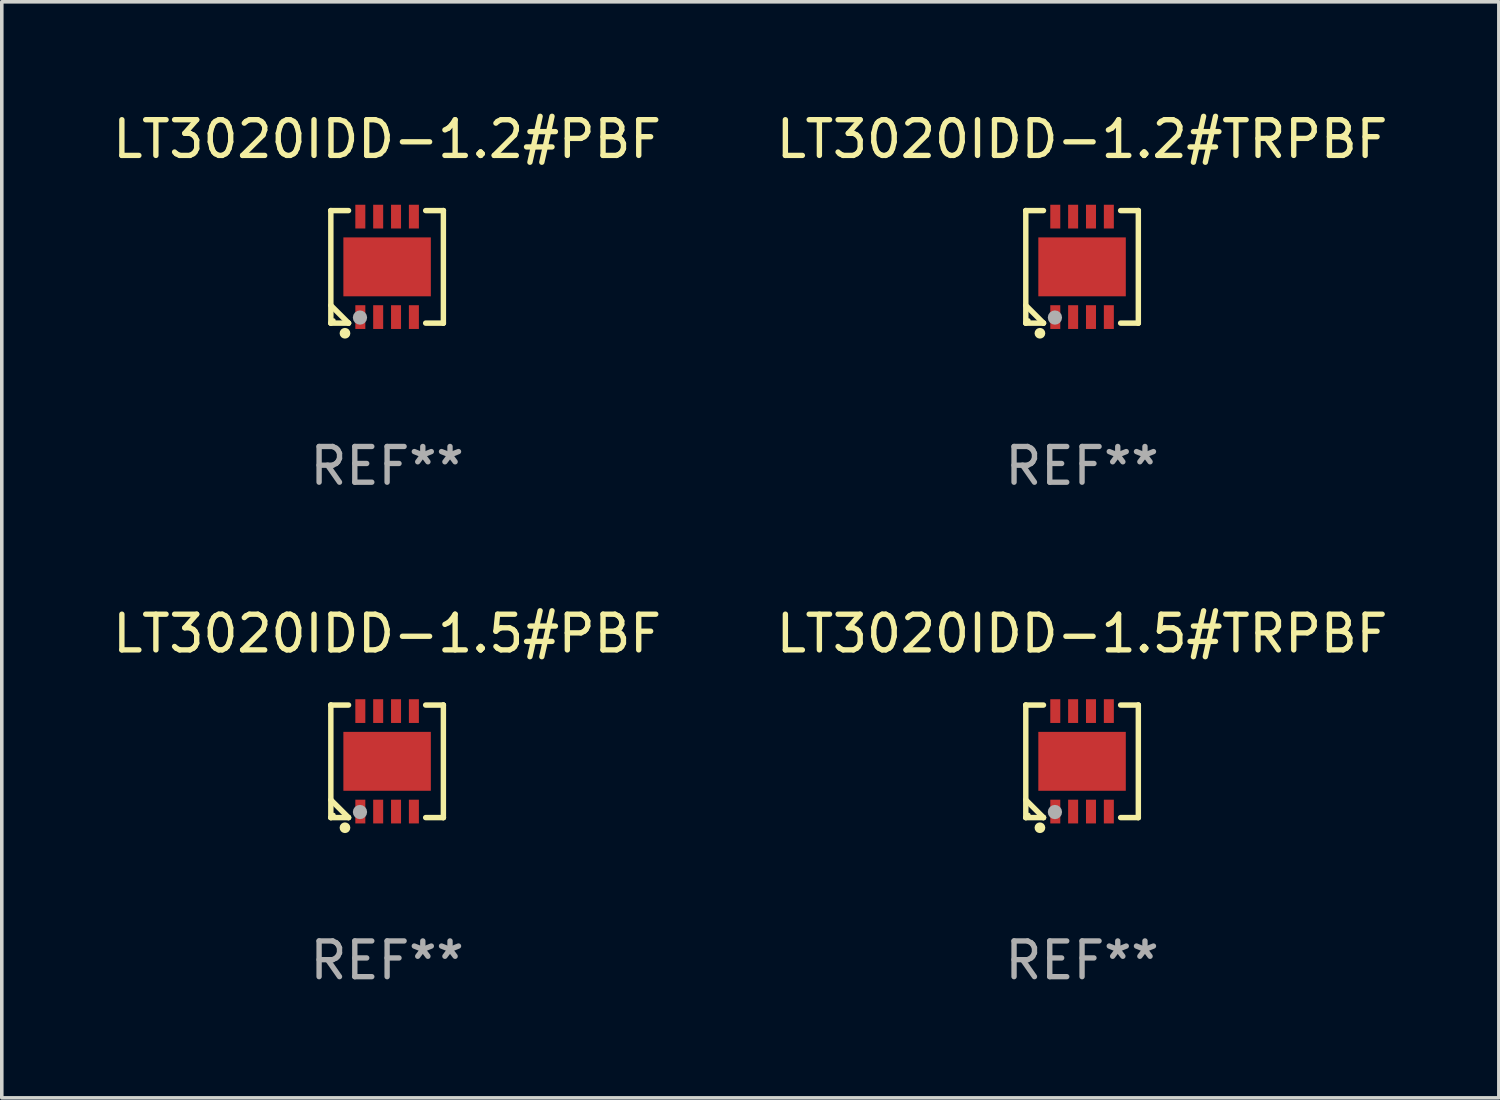
<source format=kicad_pcb>
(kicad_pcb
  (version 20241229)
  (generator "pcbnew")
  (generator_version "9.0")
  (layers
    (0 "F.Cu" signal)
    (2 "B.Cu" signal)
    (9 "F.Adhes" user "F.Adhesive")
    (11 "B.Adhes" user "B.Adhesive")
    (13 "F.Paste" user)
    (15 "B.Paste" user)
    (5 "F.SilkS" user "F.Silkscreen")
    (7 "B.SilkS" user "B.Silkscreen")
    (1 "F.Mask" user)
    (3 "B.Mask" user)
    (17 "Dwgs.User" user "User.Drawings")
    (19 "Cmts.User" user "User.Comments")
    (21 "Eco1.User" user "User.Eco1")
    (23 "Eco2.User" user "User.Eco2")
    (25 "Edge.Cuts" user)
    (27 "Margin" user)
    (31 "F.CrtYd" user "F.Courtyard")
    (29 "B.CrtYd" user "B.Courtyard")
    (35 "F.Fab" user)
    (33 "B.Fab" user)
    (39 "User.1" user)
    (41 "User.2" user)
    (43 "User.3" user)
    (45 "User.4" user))
  (footprint "LT3020IDD-1.2#TRPBF"
    (layer "F.Cu")
    (at 27.256 4.424)
    (property "Reference" "LT3020IDD-1.2#TRPBF" (at 0 -3.576 0) (layer "F.SilkS") (effects (font (size 1 1) (thickness 0.15))))
    (attr through_hole)
    (fp_line (start -1.576 -1.576) (end -1.576 -1.576) (stroke (width 0.152) (type solid)) (layer "F.SilkS"))
    (fp_line (start -1.576 -1.576) (end -1.08 -1.576) (stroke (width 0.152) (type solid)) (layer "F.SilkS"))
    (fp_line (start -1.576 1.576) (end -1.576 -1.576) (stroke (width 0.152) (type solid)) (layer "F.SilkS"))
    (fp_line (start -1.576 1.576) (end -1.576 1.576) (stroke (width 0.152) (type solid)) (layer "F.SilkS"))
    (fp_line (start -1.08 1.575) (end -1.576 1.079) (stroke (width 0.152) (type solid)) (layer "F.SilkS"))
    (fp_line (start -1.08 1.576) (end -1.576 1.576) (stroke (width 0.152) (type solid)) (layer "F.SilkS"))
    (fp_line (start -1.08 1.576) (end -1.08 1.575) (stroke (width 0.152) (type solid)) (layer "F.SilkS"))
    (fp_line (start 1.08 1.576) (end 1.576 1.576) (stroke (width 0.152) (type solid)) (layer "F.SilkS"))
    (fp_line (start 1.576 -1.576) (end 1.08 -1.576) (stroke (width 0.152) (type solid)) (layer "F.SilkS"))
    (fp_line (start 1.576 -1.576) (end 1.576 -1.576) (stroke (width 0.152) (type solid)) (layer "F.SilkS"))
    (fp_line (start 1.576 1.576) (end 1.576 -1.576) (stroke (width 0.152) (type solid)) (layer "F.SilkS"))
    (fp_line (start 1.576 1.576) (end 1.576 1.576) (stroke (width 0.152) (type solid)) (layer "F.SilkS"))
    (fp_circle (center -1.5 1.5) (end -1.47 1.5) (stroke (width 0.06) (type solid)) (fill no) (layer "F.SilkS"))
    (fp_circle (center -1.18 1.86) (end -1.105 1.86) (stroke (width 0.15) (type solid)) (fill no) (layer "F.SilkS"))
    (fp_circle (center -0.76 1.42) (end -0.66 1.42) (stroke (width 0.2) (type solid)) (fill no) (layer "F.Fab"))
    (fp_text user "REF**" (at 0 5.576 0) (layer "F.Fab") (effects (font (size 1 1) (thickness 0.15))))
    (pad "1" smd rect (at -0.75 1.407) (size 0.28 0.665) (layers "F.Cu" "F.Mask" "F.Paste"))
    (pad "2" smd rect (at -0.25 1.407) (size 0.28 0.665) (layers "F.Cu" "F.Mask" "F.Paste"))
    (pad "3" smd rect (at 0.25 1.407) (size 0.28 0.665) (layers "F.Cu" "F.Mask" "F.Paste"))
    (pad "4" smd rect (at 0.75 1.407) (size 0.28 0.665) (layers "F.Cu" "F.Mask" "F.Paste"))
    (pad "5" smd rect (at 0.75 -1.407) (size 0.28 0.665) (layers "F.Cu" "F.Mask" "F.Paste"))
    (pad "6" smd rect (at 0.25 -1.407) (size 0.28 0.665) (layers "F.Cu" "F.Mask" "F.Paste"))
    (pad "7" smd rect (at -0.25 -1.407) (size 0.28 0.665) (layers "F.Cu" "F.Mask" "F.Paste"))
    (pad "8" smd rect (at -0.75 -1.407) (size 0.28 0.665) (layers "F.Cu" "F.Mask" "F.Paste"))
    (pad "9" smd rect (at 0 0) (size 2.45 1.65) (layers "F.Cu" "F.Mask" "F.Paste")))
  (footprint "LT3020IDD-1.2#PBF"
    (layer "F.Cu")
    (at 7.792 4.424)
    (property "Reference" "LT3020IDD-1.2#PBF" (at 0 -3.576 0) (layer "F.SilkS") (effects (font (size 1 1) (thickness 0.15))))
    (attr through_hole)
    (fp_line (start -1.576 -1.576) (end -1.576 -1.576) (stroke (width 0.152) (type solid)) (layer "F.SilkS"))
    (fp_line (start -1.576 -1.576) (end -1.08 -1.576) (stroke (width 0.152) (type solid)) (layer "F.SilkS"))
    (fp_line (start -1.576 1.576) (end -1.576 -1.576) (stroke (width 0.152) (type solid)) (layer "F.SilkS"))
    (fp_line (start -1.576 1.576) (end -1.576 1.576) (stroke (width 0.152) (type solid)) (layer "F.SilkS"))
    (fp_line (start -1.08 1.575) (end -1.576 1.079) (stroke (width 0.152) (type solid)) (layer "F.SilkS"))
    (fp_line (start -1.08 1.576) (end -1.576 1.576) (stroke (width 0.152) (type solid)) (layer "F.SilkS"))
    (fp_line (start -1.08 1.576) (end -1.08 1.575) (stroke (width 0.152) (type solid)) (layer "F.SilkS"))
    (fp_line (start 1.08 1.576) (end 1.576 1.576) (stroke (width 0.152) (type solid)) (layer "F.SilkS"))
    (fp_line (start 1.576 -1.576) (end 1.08 -1.576) (stroke (width 0.152) (type solid)) (layer "F.SilkS"))
    (fp_line (start 1.576 -1.576) (end 1.576 -1.576) (stroke (width 0.152) (type solid)) (layer "F.SilkS"))
    (fp_line (start 1.576 1.576) (end 1.576 -1.576) (stroke (width 0.152) (type solid)) (layer "F.SilkS"))
    (fp_line (start 1.576 1.576) (end 1.576 1.576) (stroke (width 0.152) (type solid)) (layer "F.SilkS"))
    (fp_circle (center -1.5 1.5) (end -1.47 1.5) (stroke (width 0.06) (type solid)) (fill no) (layer "F.SilkS"))
    (fp_circle (center -1.18 1.86) (end -1.105 1.86) (stroke (width 0.15) (type solid)) (fill no) (layer "F.SilkS"))
    (fp_circle (center -0.76 1.42) (end -0.66 1.42) (stroke (width 0.2) (type solid)) (fill no) (layer "F.Fab"))
    (fp_text user "REF**" (at 0 5.576 0) (layer "F.Fab") (effects (font (size 1 1) (thickness 0.15))))
    (pad "1" smd rect (at -0.75 1.407) (size 0.28 0.665) (layers "F.Cu" "F.Mask" "F.Paste"))
    (pad "2" smd rect (at -0.25 1.407) (size 0.28 0.665) (layers "F.Cu" "F.Mask" "F.Paste"))
    (pad "3" smd rect (at 0.25 1.407) (size 0.28 0.665) (layers "F.Cu" "F.Mask" "F.Paste"))
    (pad "4" smd rect (at 0.75 1.407) (size 0.28 0.665) (layers "F.Cu" "F.Mask" "F.Paste"))
    (pad "5" smd rect (at 0.75 -1.407) (size 0.28 0.665) (layers "F.Cu" "F.Mask" "F.Paste"))
    (pad "6" smd rect (at 0.25 -1.407) (size 0.28 0.665) (layers "F.Cu" "F.Mask" "F.Paste"))
    (pad "7" smd rect (at -0.25 -1.407) (size 0.28 0.665) (layers "F.Cu" "F.Mask" "F.Paste"))
    (pad "8" smd rect (at -0.75 -1.407) (size 0.28 0.665) (layers "F.Cu" "F.Mask" "F.Paste"))
    (pad "9" smd rect (at 0 0) (size 2.45 1.65) (layers "F.Cu" "F.Mask" "F.Paste")))
  (footprint "LT3020IDD-1.5#PBF"
    (layer "F.Cu")
    (at 7.792 18.273)
    (property "Reference" "LT3020IDD-1.5#PBF" (at 0 -3.576 0) (layer "F.SilkS") (effects (font (size 1 1) (thickness 0.15))))
    (attr through_hole)
    (fp_line (start -1.576 -1.576) (end -1.576 -1.576) (stroke (width 0.152) (type solid)) (layer "F.SilkS"))
    (fp_line (start -1.576 -1.576) (end -1.08 -1.576) (stroke (width 0.152) (type solid)) (layer "F.SilkS"))
    (fp_line (start -1.576 1.576) (end -1.576 -1.576) (stroke (width 0.152) (type solid)) (layer "F.SilkS"))
    (fp_line (start -1.576 1.576) (end -1.576 1.576) (stroke (width 0.152) (type solid)) (layer "F.SilkS"))
    (fp_line (start -1.08 1.575) (end -1.576 1.079) (stroke (width 0.152) (type solid)) (layer "F.SilkS"))
    (fp_line (start -1.08 1.576) (end -1.576 1.576) (stroke (width 0.152) (type solid)) (layer "F.SilkS"))
    (fp_line (start -1.08 1.576) (end -1.08 1.575) (stroke (width 0.152) (type solid)) (layer "F.SilkS"))
    (fp_line (start 1.08 1.576) (end 1.576 1.576) (stroke (width 0.152) (type solid)) (layer "F.SilkS"))
    (fp_line (start 1.576 -1.576) (end 1.08 -1.576) (stroke (width 0.152) (type solid)) (layer "F.SilkS"))
    (fp_line (start 1.576 -1.576) (end 1.576 -1.576) (stroke (width 0.152) (type solid)) (layer "F.SilkS"))
    (fp_line (start 1.576 1.576) (end 1.576 -1.576) (stroke (width 0.152) (type solid)) (layer "F.SilkS"))
    (fp_line (start 1.576 1.576) (end 1.576 1.576) (stroke (width 0.152) (type solid)) (layer "F.SilkS"))
    (fp_circle (center -1.5 1.5) (end -1.47 1.5) (stroke (width 0.06) (type solid)) (fill no) (layer "F.SilkS"))
    (fp_circle (center -1.18 1.86) (end -1.105 1.86) (stroke (width 0.15) (type solid)) (fill no) (layer "F.SilkS"))
    (fp_circle (center -0.76 1.42) (end -0.66 1.42) (stroke (width 0.2) (type solid)) (fill no) (layer "F.Fab"))
    (fp_text user "REF**" (at 0 5.576 0) (layer "F.Fab") (effects (font (size 1 1) (thickness 0.15))))
    (pad "1" smd rect (at -0.75 1.407) (size 0.28 0.665) (layers "F.Cu" "F.Mask" "F.Paste"))
    (pad "2" smd rect (at -0.25 1.407) (size 0.28 0.665) (layers "F.Cu" "F.Mask" "F.Paste"))
    (pad "3" smd rect (at 0.25 1.407) (size 0.28 0.665) (layers "F.Cu" "F.Mask" "F.Paste"))
    (pad "4" smd rect (at 0.75 1.407) (size 0.28 0.665) (layers "F.Cu" "F.Mask" "F.Paste"))
    (pad "5" smd rect (at 0.75 -1.407) (size 0.28 0.665) (layers "F.Cu" "F.Mask" "F.Paste"))
    (pad "6" smd rect (at 0.25 -1.407) (size 0.28 0.665) (layers "F.Cu" "F.Mask" "F.Paste"))
    (pad "7" smd rect (at -0.25 -1.407) (size 0.28 0.665) (layers "F.Cu" "F.Mask" "F.Paste"))
    (pad "8" smd rect (at -0.75 -1.407) (size 0.28 0.665) (layers "F.Cu" "F.Mask" "F.Paste"))
    (pad "9" smd rect (at 0 0) (size 2.45 1.65) (layers "F.Cu" "F.Mask" "F.Paste")))
  (footprint "LT3020IDD-1.5#TRPBF"
    (layer "F.Cu")
    (at 27.256 18.273)
    (property "Reference" "LT3020IDD-1.5#TRPBF" (at 0 -3.576 0) (layer "F.SilkS") (effects (font (size 1 1) (thickness 0.15))))
    (attr through_hole)
    (fp_line (start -1.576 -1.576) (end -1.576 -1.576) (stroke (width 0.152) (type solid)) (layer "F.SilkS"))
    (fp_line (start -1.576 -1.576) (end -1.08 -1.576) (stroke (width 0.152) (type solid)) (layer "F.SilkS"))
    (fp_line (start -1.576 1.576) (end -1.576 -1.576) (stroke (width 0.152) (type solid)) (layer "F.SilkS"))
    (fp_line (start -1.576 1.576) (end -1.576 1.576) (stroke (width 0.152) (type solid)) (layer "F.SilkS"))
    (fp_line (start -1.08 1.575) (end -1.576 1.079) (stroke (width 0.152) (type solid)) (layer "F.SilkS"))
    (fp_line (start -1.08 1.576) (end -1.576 1.576) (stroke (width 0.152) (type solid)) (layer "F.SilkS"))
    (fp_line (start -1.08 1.576) (end -1.08 1.575) (stroke (width 0.152) (type solid)) (layer "F.SilkS"))
    (fp_line (start 1.08 1.576) (end 1.576 1.576) (stroke (width 0.152) (type solid)) (layer "F.SilkS"))
    (fp_line (start 1.576 -1.576) (end 1.08 -1.576) (stroke (width 0.152) (type solid)) (layer "F.SilkS"))
    (fp_line (start 1.576 -1.576) (end 1.576 -1.576) (stroke (width 0.152) (type solid)) (layer "F.SilkS"))
    (fp_line (start 1.576 1.576) (end 1.576 -1.576) (stroke (width 0.152) (type solid)) (layer "F.SilkS"))
    (fp_line (start 1.576 1.576) (end 1.576 1.576) (stroke (width 0.152) (type solid)) (layer "F.SilkS"))
    (fp_circle (center -1.5 1.5) (end -1.47 1.5) (stroke (width 0.06) (type solid)) (fill no) (layer "F.SilkS"))
    (fp_circle (center -1.18 1.86) (end -1.105 1.86) (stroke (width 0.15) (type solid)) (fill no) (layer "F.SilkS"))
    (fp_circle (center -0.76 1.42) (end -0.66 1.42) (stroke (width 0.2) (type solid)) (fill no) (layer "F.Fab"))
    (fp_text user "REF**" (at 0 5.576 0) (layer "F.Fab") (effects (font (size 1 1) (thickness 0.15))))
    (pad "1" smd rect (at -0.75 1.407) (size 0.28 0.665) (layers "F.Cu" "F.Mask" "F.Paste"))
    (pad "2" smd rect (at -0.25 1.407) (size 0.28 0.665) (layers "F.Cu" "F.Mask" "F.Paste"))
    (pad "3" smd rect (at 0.25 1.407) (size 0.28 0.665) (layers "F.Cu" "F.Mask" "F.Paste"))
    (pad "4" smd rect (at 0.75 1.407) (size 0.28 0.665) (layers "F.Cu" "F.Mask" "F.Paste"))
    (pad "5" smd rect (at 0.75 -1.407) (size 0.28 0.665) (layers "F.Cu" "F.Mask" "F.Paste"))
    (pad "6" smd rect (at 0.25 -1.407) (size 0.28 0.665) (layers "F.Cu" "F.Mask" "F.Paste"))
    (pad "7" smd rect (at -0.25 -1.407) (size 0.28 0.665) (layers "F.Cu" "F.Mask" "F.Paste"))
    (pad "8" smd rect (at -0.75 -1.407) (size 0.28 0.665) (layers "F.Cu" "F.Mask" "F.Paste"))
    (pad "9" smd rect (at 0 0) (size 2.45 1.65) (layers "F.Cu" "F.Mask" "F.Paste")))
  (gr_rect
    (start -3 -3)
    (end 38.929 27.698)
    (stroke (width 0.1) (type default))
    (fill no)
    (layer "Edge.Cuts")))
</source>
